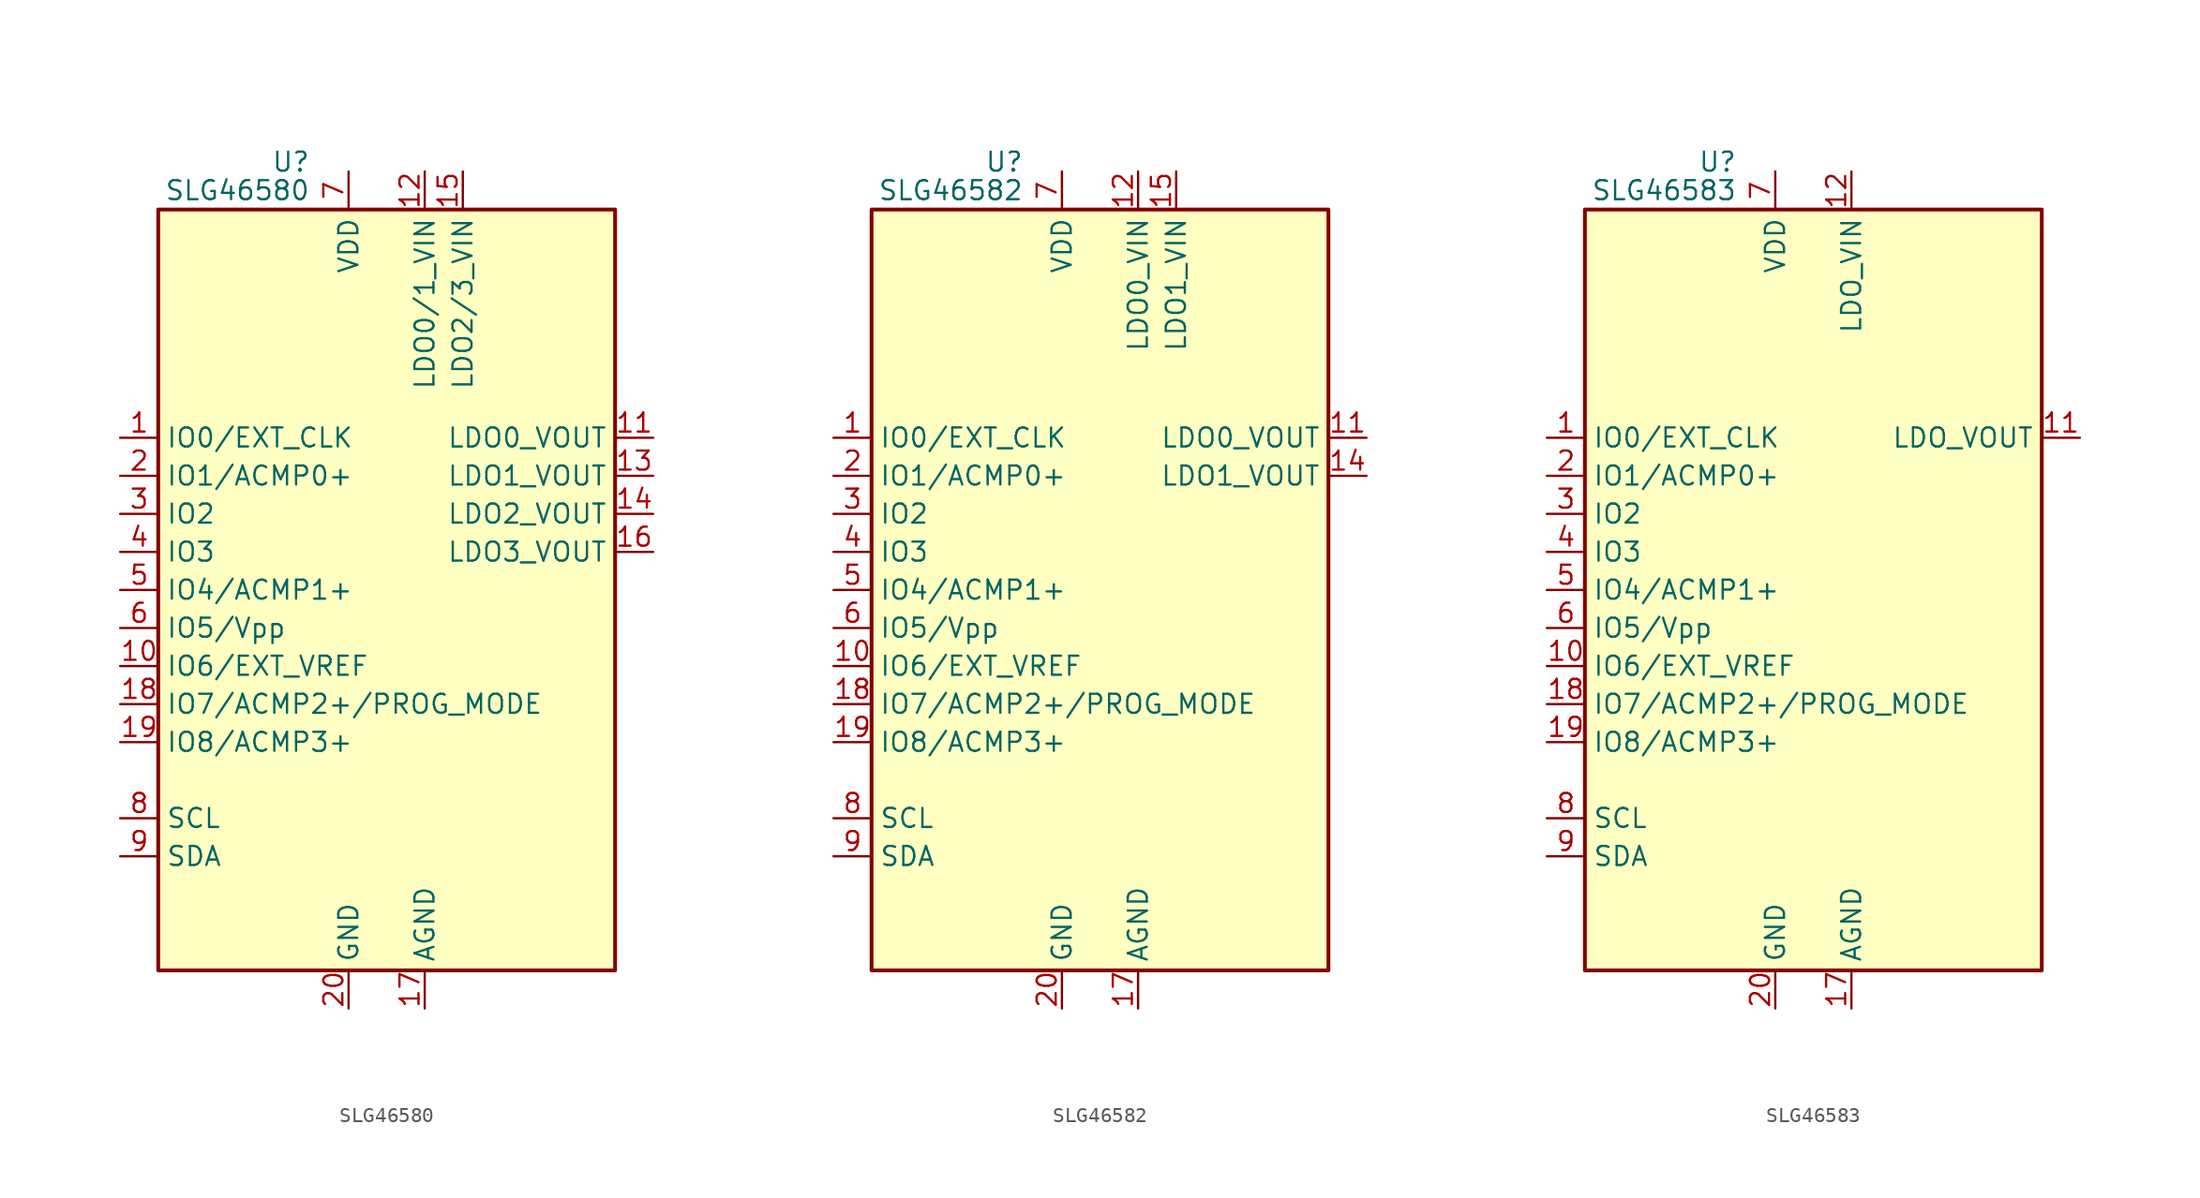
<source format=kicad_sym>
(kicad_symbol_lib
  (version 20201005)
  (generator kicad_symbol_editor)
  (symbol "Logic_Programmable_GreenPAK:SLG46580"
    (property "Reference" "U"
      (at -5.08 28.575 0)
      (effects (font (size 1.27 1.27)) (justify right)))
    (property "Value" "SLG46580"
      (at -5.08 26.67 0)
      (effects (font (size 1.27 1.27)) (justify right)))
    (symbol "SLG46580_0_1"
      (rectangle (start -15.24 25.4) (end 15.24 -25.4) (stroke (width 0.254)) (fill (type background))))
    (symbol "SLG46580_1_1"
      (pin bidirectional line (at -17.78 10.16 0) (length 2.54) (name "IO0/EXT_CLK" (effects (font (size 1.27 1.27)))) (number "1" (effects (font (size 1.27 1.27)))))
      (pin bidirectional line (at -17.78 -5.08 0) (length 2.54) (name "IO6/EXT_VREF" (effects (font (size 1.27 1.27)))) (number "10" (effects (font (size 1.27 1.27)))))
      (pin power_out line (at 17.78 10.16 180) (length 2.54) (name "LDO0_VOUT" (effects (font (size 1.27 1.27)))) (number "11" (effects (font (size 1.27 1.27)))))
      (pin power_in line (at 2.54 27.94 270) (length 2.54) (name "LDO0/1_VIN" (effects (font (size 1.27 1.27)))) (number "12" (effects (font (size 1.27 1.27)))))
      (pin power_out line (at 17.78 7.62 180) (length 2.54) (name "LDO1_VOUT" (effects (font (size 1.27 1.27)))) (number "13" (effects (font (size 1.27 1.27)))))
      (pin power_out line (at 17.78 5.08 180) (length 2.54) (name "LDO2_VOUT" (effects (font (size 1.27 1.27)))) (number "14" (effects (font (size 1.27 1.27)))))
      (pin power_in line (at 5.08 27.94 270) (length 2.54) (name "LDO2/3_VIN" (effects (font (size 1.27 1.27)))) (number "15" (effects (font (size 1.27 1.27)))))
      (pin power_out line (at 17.78 2.54 180) (length 2.54) (name "LDO3_VOUT" (effects (font (size 1.27 1.27)))) (number "16" (effects (font (size 1.27 1.27)))))
      (pin power_in line (at 2.54 -27.94 90) (length 2.54) (name "AGND" (effects (font (size 1.27 1.27)))) (number "17" (effects (font (size 1.27 1.27)))))
      (pin bidirectional line (at -17.78 -7.62 0) (length 2.54) (name "IO7/ACMP2+/PROG_MODE" (effects (font (size 1.27 1.27)))) (number "18" (effects (font (size 1.27 1.27)))))
      (pin bidirectional line (at -17.78 -10.16 0) (length 2.54) (name "IO8/ACMP3+" (effects (font (size 1.27 1.27)))) (number "19" (effects (font (size 1.27 1.27)))))
      (pin bidirectional line (at -17.78 7.62 0) (length 2.54) (name "IO1/ACMP0+" (effects (font (size 1.27 1.27)))) (number "2" (effects (font (size 1.27 1.27)))))
      (pin power_in line (at -2.54 -27.94 90) (length 2.54) (name "GND" (effects (font (size 1.27 1.27)))) (number "20" (effects (font (size 1.27 1.27)))))
      (pin bidirectional line (at -17.78 5.08 0) (length 2.54) (name "IO2" (effects (font (size 1.27 1.27)))) (number "3" (effects (font (size 1.27 1.27)))))
      (pin bidirectional line (at -17.78 2.54 0) (length 2.54) (name "IO3" (effects (font (size 1.27 1.27)))) (number "4" (effects (font (size 1.27 1.27)))))
      (pin bidirectional line (at -17.78 0 0) (length 2.54) (name "IO4/ACMP1+" (effects (font (size 1.27 1.27)))) (number "5" (effects (font (size 1.27 1.27)))))
      (pin input line (at -17.78 -2.54 0) (length 2.54) (name "IO5/Vpp" (effects (font (size 1.27 1.27)))) (number "6" (effects (font (size 1.27 1.27)))))
      (pin power_in line (at -2.54 27.94 270) (length 2.54) (name "VDD" (effects (font (size 1.27 1.27)))) (number "7" (effects (font (size 1.27 1.27)))))
      (pin input line (at -17.78 -15.24 0) (length 2.54) (name "SCL" (effects (font (size 1.27 1.27)))) (number "8" (effects (font (size 1.27 1.27)))))
      (pin bidirectional line (at -17.78 -17.78 0) (length 2.54) (name "SDA" (effects (font (size 1.27 1.27)))) (number "9" (effects (font (size 1.27 1.27)))))))
  (symbol "Logic_Programmable_GreenPAK:SLG46582"
    (property "Reference" "U"
      (at -5.08 28.575 0)
      (effects (font (size 1.27 1.27)) (justify right)))
    (property "Value" "SLG46582"
      (at -5.08 26.67 0)
      (effects (font (size 1.27 1.27)) (justify right)))
    (symbol "SLG46582_0_1"
      (rectangle (start -15.24 25.4) (end 15.24 -25.4) (stroke (width 0.254)) (fill (type background))))
    (symbol "SLG46582_1_1"
      (pin bidirectional line (at -17.78 10.16 0) (length 2.54) (name "IO0/EXT_CLK" (effects (font (size 1.27 1.27)))) (number "1" (effects (font (size 1.27 1.27)))))
      (pin bidirectional line (at -17.78 -5.08 0) (length 2.54) (name "IO6/EXT_VREF" (effects (font (size 1.27 1.27)))) (number "10" (effects (font (size 1.27 1.27)))))
      (pin power_out line (at 17.78 10.16 180) (length 2.54) (name "LDO0_VOUT" (effects (font (size 1.27 1.27)))) (number "11" (effects (font (size 1.27 1.27)))))
      (pin power_in line (at 2.54 27.94 270) (length 2.54) (name "LDO0_VIN" (effects (font (size 1.27 1.27)))) (number "12" (effects (font (size 1.27 1.27)))))
      (pin passive line (at 17.78 10.16 180) (length 2.54) hide (name "LDO0_VOUT" (effects (font (size 1.27 1.27)))) (number "13" (effects (font (size 1.27 1.27)))))
      (pin power_out line (at 17.78 7.62 180) (length 2.54) (name "LDO1_VOUT" (effects (font (size 1.27 1.27)))) (number "14" (effects (font (size 1.27 1.27)))))
      (pin power_in line (at 5.08 27.94 270) (length 2.54) (name "LDO1_VIN" (effects (font (size 1.27 1.27)))) (number "15" (effects (font (size 1.27 1.27)))))
      (pin passive line (at 17.78 7.62 180) (length 2.54) hide (name "LDO1_VOUT" (effects (font (size 1.27 1.27)))) (number "16" (effects (font (size 1.27 1.27)))))
      (pin power_in line (at 2.54 -27.94 90) (length 2.54) (name "AGND" (effects (font (size 1.27 1.27)))) (number "17" (effects (font (size 1.27 1.27)))))
      (pin bidirectional line (at -17.78 -7.62 0) (length 2.54) (name "IO7/ACMP2+/PROG_MODE" (effects (font (size 1.27 1.27)))) (number "18" (effects (font (size 1.27 1.27)))))
      (pin bidirectional line (at -17.78 -10.16 0) (length 2.54) (name "IO8/ACMP3+" (effects (font (size 1.27 1.27)))) (number "19" (effects (font (size 1.27 1.27)))))
      (pin bidirectional line (at -17.78 7.62 0) (length 2.54) (name "IO1/ACMP0+" (effects (font (size 1.27 1.27)))) (number "2" (effects (font (size 1.27 1.27)))))
      (pin power_in line (at -2.54 -27.94 90) (length 2.54) (name "GND" (effects (font (size 1.27 1.27)))) (number "20" (effects (font (size 1.27 1.27)))))
      (pin bidirectional line (at -17.78 5.08 0) (length 2.54) (name "IO2" (effects (font (size 1.27 1.27)))) (number "3" (effects (font (size 1.27 1.27)))))
      (pin bidirectional line (at -17.78 2.54 0) (length 2.54) (name "IO3" (effects (font (size 1.27 1.27)))) (number "4" (effects (font (size 1.27 1.27)))))
      (pin bidirectional line (at -17.78 0 0) (length 2.54) (name "IO4/ACMP1+" (effects (font (size 1.27 1.27)))) (number "5" (effects (font (size 1.27 1.27)))))
      (pin input line (at -17.78 -2.54 0) (length 2.54) (name "IO5/Vpp" (effects (font (size 1.27 1.27)))) (number "6" (effects (font (size 1.27 1.27)))))
      (pin power_in line (at -2.54 27.94 270) (length 2.54) (name "VDD" (effects (font (size 1.27 1.27)))) (number "7" (effects (font (size 1.27 1.27)))))
      (pin input line (at -17.78 -15.24 0) (length 2.54) (name "SCL" (effects (font (size 1.27 1.27)))) (number "8" (effects (font (size 1.27 1.27)))))
      (pin bidirectional line (at -17.78 -17.78 0) (length 2.54) (name "SDA" (effects (font (size 1.27 1.27)))) (number "9" (effects (font (size 1.27 1.27)))))))
  (symbol "Logic_Programmable_GreenPAK:SLG46583"
    (property "Reference" "U"
      (at -5.08 28.575 0)
      (effects (font (size 1.27 1.27)) (justify right)))
    (property "Value" "SLG46583"
      (at -5.08 26.67 0)
      (effects (font (size 1.27 1.27)) (justify right)))
    (symbol "SLG46583_0_1"
      (rectangle (start -15.24 25.4) (end 15.24 -25.4) (stroke (width 0.254)) (fill (type background))))
    (symbol "SLG46583_1_1"
      (pin bidirectional line (at -17.78 10.16 0) (length 2.54) (name "IO0/EXT_CLK" (effects (font (size 1.27 1.27)))) (number "1" (effects (font (size 1.27 1.27)))))
      (pin bidirectional line (at -17.78 -5.08 0) (length 2.54) (name "IO6/EXT_VREF" (effects (font (size 1.27 1.27)))) (number "10" (effects (font (size 1.27 1.27)))))
      (pin power_out line (at 17.78 10.16 180) (length 2.54) (name "LDO_VOUT" (effects (font (size 1.27 1.27)))) (number "11" (effects (font (size 1.27 1.27)))))
      (pin power_in line (at 2.54 27.94 270) (length 2.54) (name "LDO_VIN" (effects (font (size 1.27 1.27)))) (number "12" (effects (font (size 1.27 1.27)))))
      (pin passive line (at 17.78 10.16 180) (length 2.54) hide (name "LDO_VOUT" (effects (font (size 1.27 1.27)))) (number "13" (effects (font (size 1.27 1.27)))))
      (pin passive line (at 17.78 10.16 180) (length 2.54) hide (name "LDO_VOUT" (effects (font (size 1.27 1.27)))) (number "14" (effects (font (size 1.27 1.27)))))
      (pin passive line (at 2.54 27.94 270) (length 2.54) hide (name "LDO_VIN" (effects (font (size 1.27 1.27)))) (number "15" (effects (font (size 1.27 1.27)))))
      (pin passive line (at 17.78 10.16 180) (length 2.54) hide (name "LDO_VOUT" (effects (font (size 1.27 1.27)))) (number "16" (effects (font (size 1.27 1.27)))))
      (pin power_in line (at 2.54 -27.94 90) (length 2.54) (name "AGND" (effects (font (size 1.27 1.27)))) (number "17" (effects (font (size 1.27 1.27)))))
      (pin bidirectional line (at -17.78 -7.62 0) (length 2.54) (name "IO7/ACMP2+/PROG_MODE" (effects (font (size 1.27 1.27)))) (number "18" (effects (font (size 1.27 1.27)))))
      (pin bidirectional line (at -17.78 -10.16 0) (length 2.54) (name "IO8/ACMP3+" (effects (font (size 1.27 1.27)))) (number "19" (effects (font (size 1.27 1.27)))))
      (pin bidirectional line (at -17.78 7.62 0) (length 2.54) (name "IO1/ACMP0+" (effects (font (size 1.27 1.27)))) (number "2" (effects (font (size 1.27 1.27)))))
      (pin power_in line (at -2.54 -27.94 90) (length 2.54) (name "GND" (effects (font (size 1.27 1.27)))) (number "20" (effects (font (size 1.27 1.27)))))
      (pin bidirectional line (at -17.78 5.08 0) (length 2.54) (name "IO2" (effects (font (size 1.27 1.27)))) (number "3" (effects (font (size 1.27 1.27)))))
      (pin bidirectional line (at -17.78 2.54 0) (length 2.54) (name "IO3" (effects (font (size 1.27 1.27)))) (number "4" (effects (font (size 1.27 1.27)))))
      (pin bidirectional line (at -17.78 0 0) (length 2.54) (name "IO4/ACMP1+" (effects (font (size 1.27 1.27)))) (number "5" (effects (font (size 1.27 1.27)))))
      (pin input line (at -17.78 -2.54 0) (length 2.54) (name "IO5/Vpp" (effects (font (size 1.27 1.27)))) (number "6" (effects (font (size 1.27 1.27)))))
      (pin power_in line (at -2.54 27.94 270) (length 2.54) (name "VDD" (effects (font (size 1.27 1.27)))) (number "7" (effects (font (size 1.27 1.27)))))
      (pin input line (at -17.78 -15.24 0) (length 2.54) (name "SCL" (effects (font (size 1.27 1.27)))) (number "8" (effects (font (size 1.27 1.27)))))
      (pin bidirectional line (at -17.78 -17.78 0) (length 2.54) (name "SDA" (effects (font (size 1.27 1.27)))) (number "9" (effects (font (size 1.27 1.27))))))))
</source>
